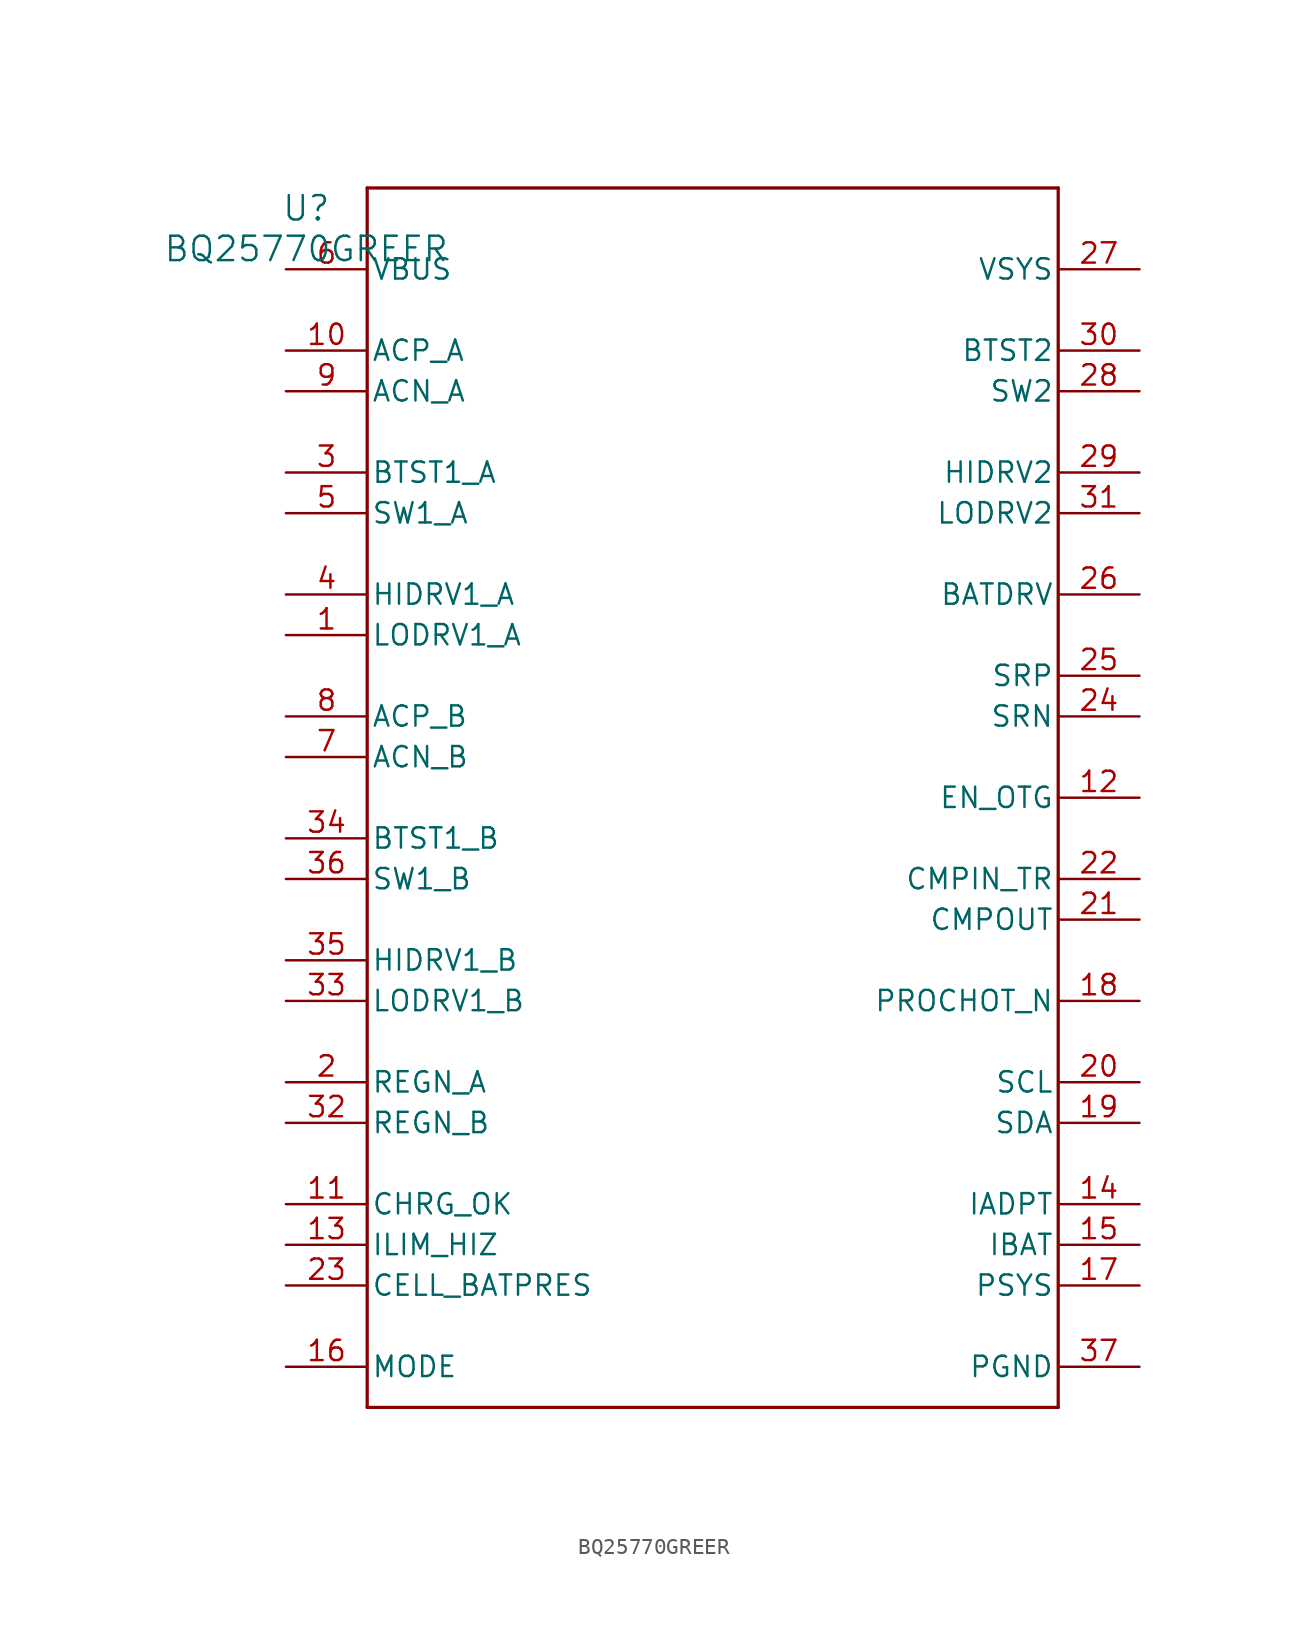
<source format=kicad_sym>
(kicad_symbol_lib
  (version 20231120)
  (generator "kicad_symbol_editor")
  (generator_version "8.0")
  (symbol "BQ25770GREER"
    (pin_names
      (offset 0.254))
    (property "Reference" "U"
      (at 0 2.54 0)
      (effects (font (size 1.524 1.524))))
    (property "Value" "BQ25770GREER"
      (at 0 0 0)
      (effects (font (size 1.524 1.524))))
    (property "ki_locked" ""
      (at 0 0 0)
      (effects (font (size 1.27 1.27))))
    (symbol "BQ25770GREER_0_1"
      (polyline (pts (xy 3.81 -72.39) (xy 46.99 -72.39)) (stroke (width 0.203) (type default)) (fill (type none)))
      (polyline (pts (xy 3.81 3.81) (xy 3.81 -72.39)) (stroke (width 0.203) (type default)) (fill (type none)))
      (polyline (pts (xy 46.99 -72.39) (xy 46.99 3.81)) (stroke (width 0.203) (type default)) (fill (type none)))
      (polyline (pts (xy 46.99 3.81) (xy 3.81 3.81)) (stroke (width 0.203) (type default)) (fill (type none)))
      (pin unspecified line (at -1.27 -24.13 0) (length 5.08) (name "LODRV1_A" (effects (font (size 1.27 1.27)))) (number "1" (effects (font (size 1.27 1.27)))))
      (pin unspecified line (at -1.27 -6.35 0) (length 5.08) (name "ACP_A" (effects (font (size 1.27 1.27)))) (number "10" (effects (font (size 1.27 1.27)))))
      (pin open_collector line (at -1.27 -59.69 0) (length 5.08) (name "CHRG_OK" (effects (font (size 1.27 1.27)))) (number "11" (effects (font (size 1.27 1.27)))))
      (pin input line (at 52.07 -34.29 180) (length 5.08) (name "EN_OTG" (effects (font (size 1.27 1.27)))) (number "12" (effects (font (size 1.27 1.27)))))
      (pin unspecified line (at -1.27 -62.23 0) (length 5.08) (name "ILIM_HIZ" (effects (font (size 1.27 1.27)))) (number "13" (effects (font (size 1.27 1.27)))))
      (pin unspecified line (at 52.07 -59.69 180) (length 5.08) (name "IADPT" (effects (font (size 1.27 1.27)))) (number "14" (effects (font (size 1.27 1.27)))))
      (pin unspecified line (at 52.07 -62.23 180) (length 5.08) (name "IBAT" (effects (font (size 1.27 1.27)))) (number "15" (effects (font (size 1.27 1.27)))))
      (pin input line (at -1.27 -69.85 0) (length 5.08) (name "MODE" (effects (font (size 1.27 1.27)))) (number "16" (effects (font (size 1.27 1.27)))))
      (pin output line (at 52.07 -64.77 180) (length 5.08) (name "PSYS" (effects (font (size 1.27 1.27)))) (number "17" (effects (font (size 1.27 1.27)))))
      (pin open_collector line (at 52.07 -46.99 180) (length 5.08) (name "PROCHOT_N" (effects (font (size 1.27 1.27)))) (number "18" (effects (font (size 1.27 1.27)))))
      (pin bidirectional line (at 52.07 -54.61 180) (length 5.08) (name "SDA" (effects (font (size 1.27 1.27)))) (number "19" (effects (font (size 1.27 1.27)))))
      (pin unspecified line (at -1.27 -52.07 0) (length 5.08) (name "REGN_A" (effects (font (size 1.27 1.27)))) (number "2" (effects (font (size 1.27 1.27)))))
      (pin input line (at 52.07 -52.07 180) (length 5.08) (name "SCL" (effects (font (size 1.27 1.27)))) (number "20" (effects (font (size 1.27 1.27)))))
      (pin unspecified line (at 52.07 -41.91 180) (length 5.08) (name "CMPOUT" (effects (font (size 1.27 1.27)))) (number "21" (effects (font (size 1.27 1.27)))))
      (pin unspecified line (at 52.07 -39.37 180) (length 5.08) (name "CMPIN_TR" (effects (font (size 1.27 1.27)))) (number "22" (effects (font (size 1.27 1.27)))))
      (pin unspecified line (at -1.27 -64.77 0) (length 5.08) (name "CELL_BATPRES" (effects (font (size 1.27 1.27)))) (number "23" (effects (font (size 1.27 1.27)))))
      (pin unspecified line (at 52.07 -29.21 180) (length 5.08) (name "SRN" (effects (font (size 1.27 1.27)))) (number "24" (effects (font (size 1.27 1.27)))))
      (pin unspecified line (at 52.07 -26.67 180) (length 5.08) (name "SRP" (effects (font (size 1.27 1.27)))) (number "25" (effects (font (size 1.27 1.27)))))
      (pin unspecified line (at 52.07 -21.59 180) (length 5.08) (name "BATDRV" (effects (font (size 1.27 1.27)))) (number "26" (effects (font (size 1.27 1.27)))))
      (pin power_in line (at 52.07 -1.27 180) (length 5.08) (name "VSYS" (effects (font (size 1.27 1.27)))) (number "27" (effects (font (size 1.27 1.27)))))
      (pin unspecified line (at 52.07 -8.89 180) (length 5.08) (name "SW2" (effects (font (size 1.27 1.27)))) (number "28" (effects (font (size 1.27 1.27)))))
      (pin unspecified line (at 52.07 -13.97 180) (length 5.08) (name "HIDRV2" (effects (font (size 1.27 1.27)))) (number "29" (effects (font (size 1.27 1.27)))))
      (pin unspecified line (at -1.27 -13.97 0) (length 5.08) (name "BTST1_A" (effects (font (size 1.27 1.27)))) (number "3" (effects (font (size 1.27 1.27)))))
      (pin unspecified line (at 52.07 -6.35 180) (length 5.08) (name "BTST2" (effects (font (size 1.27 1.27)))) (number "30" (effects (font (size 1.27 1.27)))))
      (pin unspecified line (at 52.07 -16.51 180) (length 5.08) (name "LODRV2" (effects (font (size 1.27 1.27)))) (number "31" (effects (font (size 1.27 1.27)))))
      (pin unspecified line (at -1.27 -54.61 0) (length 5.08) (name "REGN_B" (effects (font (size 1.27 1.27)))) (number "32" (effects (font (size 1.27 1.27)))))
      (pin unspecified line (at -1.27 -46.99 0) (length 5.08) (name "LODRV1_B" (effects (font (size 1.27 1.27)))) (number "33" (effects (font (size 1.27 1.27)))))
      (pin unspecified line (at -1.27 -36.83 0) (length 5.08) (name "BTST1_B" (effects (font (size 1.27 1.27)))) (number "34" (effects (font (size 1.27 1.27)))))
      (pin unspecified line (at -1.27 -44.45 0) (length 5.08) (name "HIDRV1_B" (effects (font (size 1.27 1.27)))) (number "35" (effects (font (size 1.27 1.27)))))
      (pin unspecified line (at -1.27 -39.37 0) (length 5.08) (name "SW1_B" (effects (font (size 1.27 1.27)))) (number "36" (effects (font (size 1.27 1.27)))))
      (pin power_in line (at 52.07 -69.85 180) (length 5.08) (name "PGND" (effects (font (size 1.27 1.27)))) (number "37" (effects (font (size 1.27 1.27)))))
      (pin unspecified line (at -1.27 -21.59 0) (length 5.08) (name "HIDRV1_A" (effects (font (size 1.27 1.27)))) (number "4" (effects (font (size 1.27 1.27)))))
      (pin unspecified line (at -1.27 -16.51 0) (length 5.08) (name "SW1_A" (effects (font (size 1.27 1.27)))) (number "5" (effects (font (size 1.27 1.27)))))
      (pin power_in line (at -1.27 -1.27 0) (length 5.08) (name "VBUS" (effects (font (size 1.27 1.27)))) (number "6" (effects (font (size 1.27 1.27)))))
      (pin unspecified line (at -1.27 -31.75 0) (length 5.08) (name "ACN_B" (effects (font (size 1.27 1.27)))) (number "7" (effects (font (size 1.27 1.27)))))
      (pin unspecified line (at -1.27 -29.21 0) (length 5.08) (name "ACP_B" (effects (font (size 1.27 1.27)))) (number "8" (effects (font (size 1.27 1.27)))))
      (pin unspecified line (at -1.27 -8.89 0) (length 5.08) (name "ACN_A" (effects (font (size 1.27 1.27)))) (number "9" (effects (font (size 1.27 1.27))))))))
</source>
